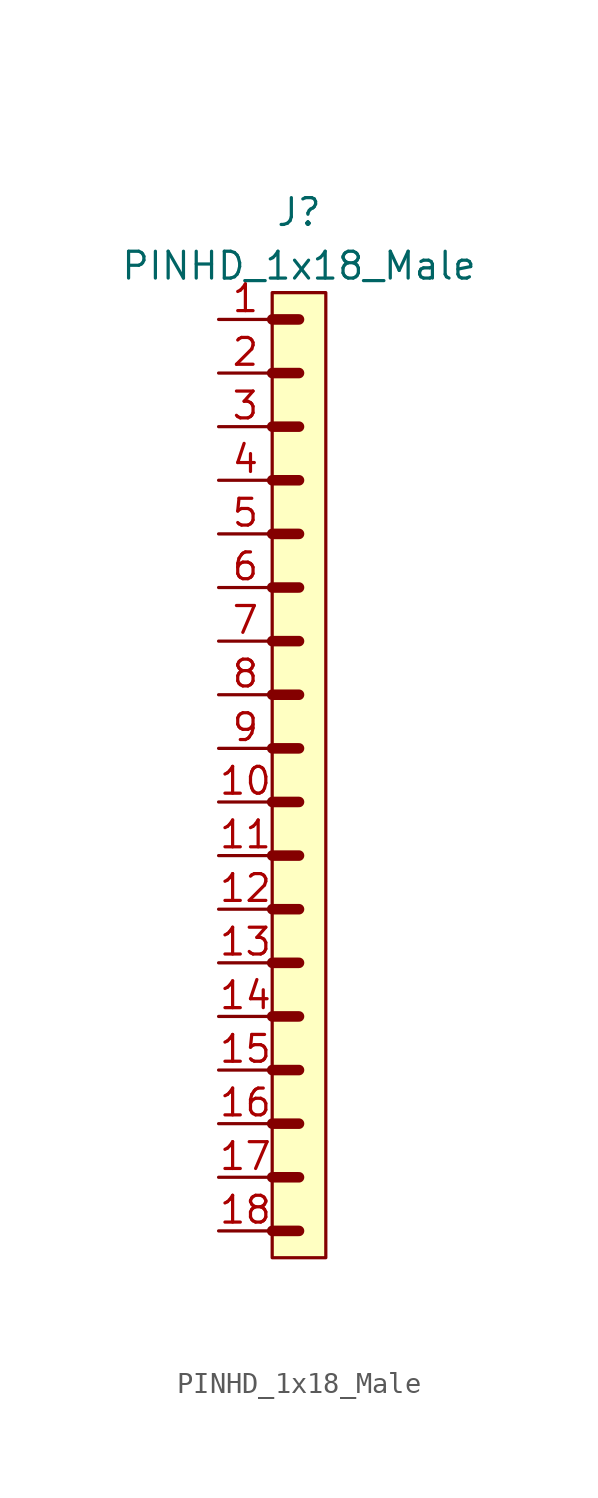
<source format=kicad_sym>
(kicad_symbol_lib
  (version 20211014)
  (generator kicad_symbol_editor)
  (symbol "PINHD_1x18_Male"
    (property "Reference" "J"
      (at 0 26.67 0)
      (effects (font (size 1.27 1.27))))
    (property "Value" "PINHD_1x18_Male"
      (at 0 24.13 0)
      (effects (font (size 1.27 1.27))))
    (symbol "PINHD_1x18_Male_0_1"
      (rectangle (start -1.27 22.86) (end 1.27 -22.86) (stroke (width 0) (type default) (color 0 0 0 0)) (fill (type background)))
      (polyline (pts (xy -1.27 -21.59) (xy 0 -21.59)) (stroke (width 0.5) (type default) (color 0 0 0 0)) (fill (type none)))
      (polyline (pts (xy -1.27 -19.05) (xy 0 -19.05)) (stroke (width 0.5) (type default) (color 0 0 0 0)) (fill (type none)))
      (polyline (pts (xy -1.27 -16.51) (xy 0 -16.51)) (stroke (width 0.5) (type default) (color 0 0 0 0)) (fill (type none)))
      (polyline (pts (xy -1.27 -13.97) (xy 0 -13.97)) (stroke (width 0.5) (type default) (color 0 0 0 0)) (fill (type none)))
      (polyline (pts (xy -1.27 -11.43) (xy 0 -11.43)) (stroke (width 0.5) (type default) (color 0 0 0 0)) (fill (type none)))
      (polyline (pts (xy -1.27 -8.89) (xy 0 -8.89)) (stroke (width 0.5) (type default) (color 0 0 0 0)) (fill (type none)))
      (polyline (pts (xy -1.27 -6.35) (xy 0 -6.35)) (stroke (width 0.5) (type default) (color 0 0 0 0)) (fill (type none)))
      (polyline (pts (xy -1.27 -3.81) (xy 0 -3.81)) (stroke (width 0.5) (type default) (color 0 0 0 0)) (fill (type none)))
      (polyline (pts (xy -1.27 -1.27) (xy 0 -1.27)) (stroke (width 0.3) (type default) (color 0 0 0 0)) (fill (type none)))
      (polyline (pts (xy -1.27 -1.27) (xy 0 -1.27)) (stroke (width 0.5) (type default) (color 0 0 0 0)) (fill (type none)))
      (polyline (pts (xy -1.27 1.27) (xy 0 1.27)) (stroke (width 0.3) (type default) (color 0 0 0 0)) (fill (type none)))
      (polyline (pts (xy -1.27 1.27) (xy 0 1.27)) (stroke (width 0.5) (type default) (color 0 0 0 0)) (fill (type none)))
      (polyline (pts (xy -1.27 3.81) (xy 0 3.81)) (stroke (width 0.3) (type default) (color 0 0 0 0)) (fill (type none)))
      (polyline (pts (xy -1.27 3.81) (xy 0 3.81)) (stroke (width 0.5) (type default) (color 0 0 0 0)) (fill (type none)))
      (polyline (pts (xy -1.27 6.35) (xy 0 6.35)) (stroke (width 0.3) (type default) (color 0 0 0 0)) (fill (type none)))
      (polyline (pts (xy -1.27 6.35) (xy 0 6.35)) (stroke (width 0.5) (type default) (color 0 0 0 0)) (fill (type none)))
      (polyline (pts (xy -1.27 8.89) (xy 0 8.89)) (stroke (width 0.3) (type default) (color 0 0 0 0)) (fill (type none)))
      (polyline (pts (xy -1.27 8.89) (xy 0 8.89)) (stroke (width 0.5) (type default) (color 0 0 0 0)) (fill (type none)))
      (polyline (pts (xy -1.27 11.43) (xy 0 11.43)) (stroke (width 0.3) (type default) (color 0 0 0 0)) (fill (type none)))
      (polyline (pts (xy -1.27 11.43) (xy 0 11.43)) (stroke (width 0.5) (type default) (color 0 0 0 0)) (fill (type none)))
      (polyline (pts (xy -1.27 13.97) (xy 0 13.97)) (stroke (width 0.3) (type default) (color 0 0 0 0)) (fill (type none)))
      (polyline (pts (xy -1.27 13.97) (xy 0 13.97)) (stroke (width 0.5) (type default) (color 0 0 0 0)) (fill (type none)))
      (polyline (pts (xy -1.27 16.51) (xy 0 16.51)) (stroke (width 0.3) (type default) (color 0 0 0 0)) (fill (type none)))
      (polyline (pts (xy -1.27 16.51) (xy 0 16.51)) (stroke (width 0.5) (type default) (color 0 0 0 0)) (fill (type none)))
      (polyline (pts (xy -1.27 19.05) (xy 0 19.05)) (stroke (width 0.3) (type default) (color 0 0 0 0)) (fill (type none)))
      (polyline (pts (xy -1.27 19.05) (xy 0 19.05)) (stroke (width 0.5) (type default) (color 0 0 0 0)) (fill (type none)))
      (polyline (pts (xy -1.27 21.59) (xy 0 21.59)) (stroke (width 0.5) (type default) (color 0 0 0 0)) (fill (type none))))
    (symbol "PINHD_1x18_Male_1_1"
      (pin passive line (at -3.81 21.59 0) (length 2.54) (name "" (effects (font (size 1.27 1.27)))) (number "1" (effects (font (size 1.27 1.27)))))
      (pin passive line (at -3.81 -1.27 0) (length 2.54) (name "" (effects (font (size 1.27 1.27)))) (number "10" (effects (font (size 1.27 1.27)))))
      (pin passive line (at -3.81 -3.81 0) (length 2.54) (name "" (effects (font (size 1.27 1.27)))) (number "11" (effects (font (size 1.27 1.27)))))
      (pin passive line (at -3.81 -6.35 0) (length 2.54) (name "" (effects (font (size 1.27 1.27)))) (number "12" (effects (font (size 1.27 1.27)))))
      (pin passive line (at -3.81 -8.89 0) (length 2.54) (name "" (effects (font (size 1.27 1.27)))) (number "13" (effects (font (size 1.27 1.27)))))
      (pin passive line (at -3.81 -11.43 0) (length 2.54) (name "" (effects (font (size 1.27 1.27)))) (number "14" (effects (font (size 1.27 1.27)))))
      (pin passive line (at -3.81 -13.97 0) (length 2.54) (name "" (effects (font (size 1.27 1.27)))) (number "15" (effects (font (size 1.27 1.27)))))
      (pin passive line (at -3.81 -16.51 0) (length 2.54) (name "" (effects (font (size 1.27 1.27)))) (number "16" (effects (font (size 1.27 1.27)))))
      (pin passive line (at -3.81 -19.05 0) (length 2.54) (name "" (effects (font (size 1.27 1.27)))) (number "17" (effects (font (size 1.27 1.27)))))
      (pin passive line (at -3.81 -21.59 0) (length 2.54) (name "" (effects (font (size 1.27 1.27)))) (number "18" (effects (font (size 1.27 1.27)))))
      (pin passive line (at -3.81 19.05 0) (length 2.54) (name "" (effects (font (size 1.27 1.27)))) (number "2" (effects (font (size 1.27 1.27)))))
      (pin passive line (at -3.81 16.51 0) (length 2.54) (name "" (effects (font (size 1.27 1.27)))) (number "3" (effects (font (size 1.27 1.27)))))
      (pin passive line (at -3.81 13.97 0) (length 2.54) (name "" (effects (font (size 1.27 1.27)))) (number "4" (effects (font (size 1.27 1.27)))))
      (pin passive line (at -3.81 11.43 0) (length 2.54) (name "" (effects (font (size 1.27 1.27)))) (number "5" (effects (font (size 1.27 1.27)))))
      (pin passive line (at -3.81 8.89 0) (length 2.54) (name "" (effects (font (size 1.27 1.27)))) (number "6" (effects (font (size 1.27 1.27)))))
      (pin passive line (at -3.81 6.35 0) (length 2.54) (name "" (effects (font (size 1.27 1.27)))) (number "7" (effects (font (size 1.27 1.27)))))
      (pin passive line (at -3.81 3.81 0) (length 2.54) (name "" (effects (font (size 1.27 1.27)))) (number "8" (effects (font (size 1.27 1.27)))))
      (pin passive line (at -3.81 1.27 0) (length 2.54) (name "" (effects (font (size 1.27 1.27)))) (number "9" (effects (font (size 1.27 1.27))))))))
</source>
